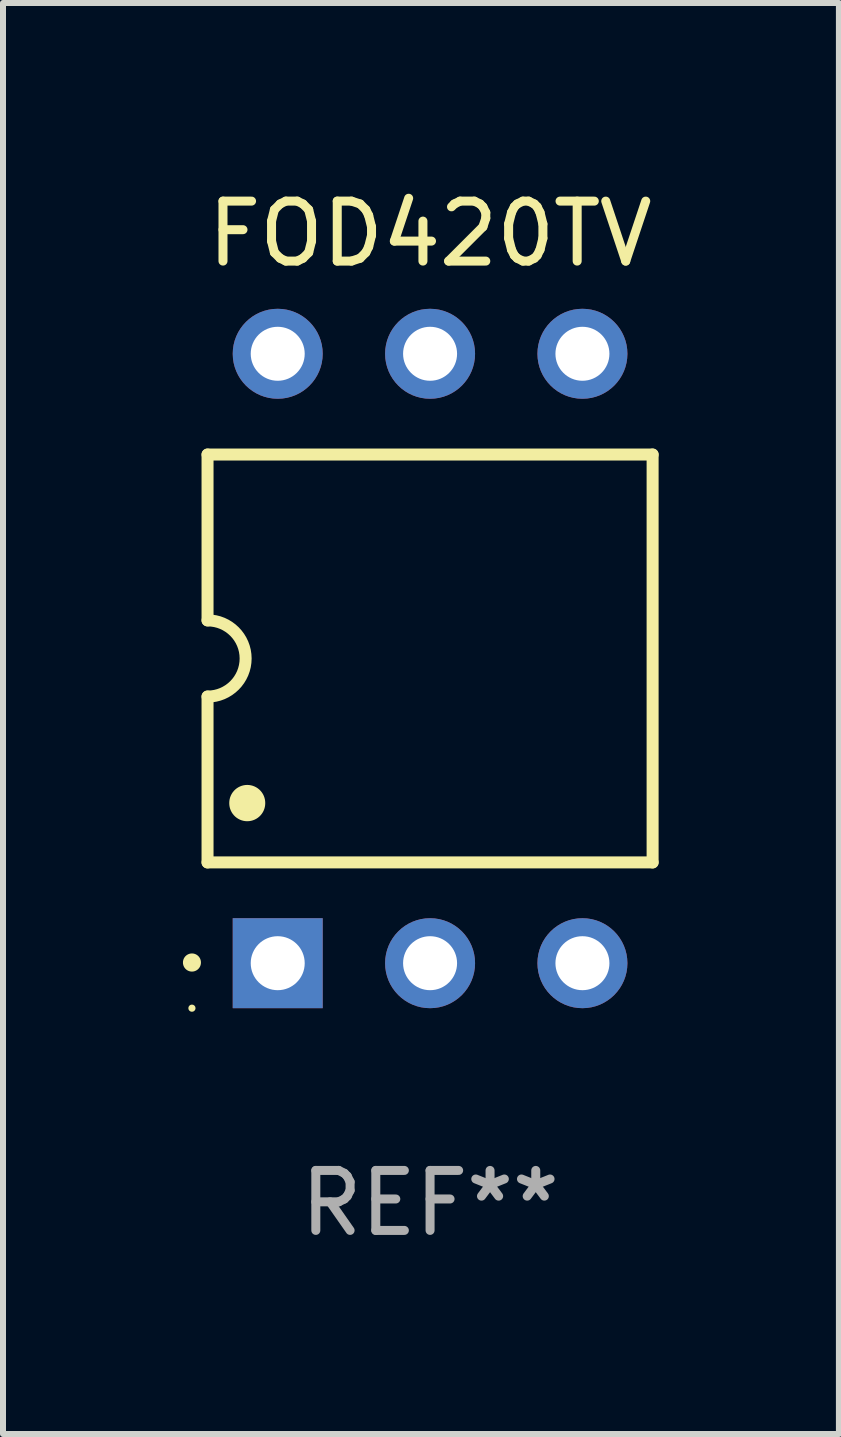
<source format=kicad_pcb>
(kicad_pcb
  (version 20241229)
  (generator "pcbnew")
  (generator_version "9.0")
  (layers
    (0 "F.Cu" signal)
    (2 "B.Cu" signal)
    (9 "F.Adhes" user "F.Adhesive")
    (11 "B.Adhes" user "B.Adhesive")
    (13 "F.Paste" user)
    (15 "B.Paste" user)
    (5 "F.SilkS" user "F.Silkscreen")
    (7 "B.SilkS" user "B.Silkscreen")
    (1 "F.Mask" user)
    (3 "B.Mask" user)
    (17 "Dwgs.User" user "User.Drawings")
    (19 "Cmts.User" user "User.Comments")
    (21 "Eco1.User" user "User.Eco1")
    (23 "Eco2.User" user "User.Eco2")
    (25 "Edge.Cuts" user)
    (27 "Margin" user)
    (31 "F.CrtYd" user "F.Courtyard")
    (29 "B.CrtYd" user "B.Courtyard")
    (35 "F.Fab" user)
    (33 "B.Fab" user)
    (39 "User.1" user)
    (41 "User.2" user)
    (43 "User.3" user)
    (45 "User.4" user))
  (footprint "FOD420TV"
    (layer "F.Cu")
    (at 4.12 7.928)
    (property "Reference" "FOD420TV" (at 0 -7.08 0) (layer "F.SilkS") (effects (font (size 1 1) (thickness 0.15))))
    (attr through_hole)
    (fp_line (start -3.71 -3.4) (end -3.71 -0.635) (stroke (width 0.2) (type solid)) (layer "F.SilkS"))
    (fp_line (start -3.71 -3.4) (end 3.71 -3.4) (stroke (width 0.2) (type solid)) (layer "F.SilkS"))
    (fp_line (start -3.71 0.634) (end -3.71 3.4) (stroke (width 0.2) (type solid)) (layer "F.SilkS"))
    (fp_line (start 3.71 3.4) (end -3.71 3.4) (stroke (width 0.2) (type solid)) (layer "F.SilkS"))
    (fp_line (start 3.71 3.4) (end 3.71 -3.4) (stroke (width 0.2) (type solid)) (layer "F.SilkS"))
    (fp_arc (start -3.970028 5.069901) (mid -3.970033 5.068631) (end -3.970028 5.067361) (stroke (width 0.3) (type solid)) (layer "F.SilkS"))
    (fp_arc (start -3.709982 -0.63495) (mid -3.074981 0.000051) (end -3.709982 0.635052) (stroke (width 0.2) (type solid)) (layer "F.SilkS"))
    (fp_arc (start -3.048006 2.413056) (mid -3.048017 2.410516) (end -3.048006 2.407976) (stroke (width 0.6) (type solid)) (layer "F.SilkS"))
    (fp_circle (center -3.97 5.83) (end -3.94 5.83) (stroke (width 0.06) (type solid)) (fill no) (layer "F.SilkS"))
    (fp_text user "REF**" (at 0 9.08 0) (layer "F.Fab") (effects (font (size 1 1) (thickness 0.15))))
    (pad "1" thru_hole rect (at -2.54 5.08 90) (size 1.5 1.5) (drill 0.9) (layers "*.Cu" "*.Mask"))
    (pad "2" thru_hole circle (at 0.000051 5.08) (size 1.5 1.5) (drill 0.9) (layers "*.Cu" "*.Mask"))
    (pad "3" thru_hole circle (at 2.54 5.08) (size 1.5 1.5) (drill 0.9) (layers "*.Cu" "*.Mask"))
    (pad "4" thru_hole circle (at 2.54 -5.08) (size 1.5 1.5) (drill 0.9) (layers "*.Cu" "*.Mask"))
    (pad "5" thru_hole circle (at 0.000051 -5.08) (size 1.5 1.5) (drill 0.9) (layers "*.Cu" "*.Mask"))
    (pad "6" thru_hole circle (at -2.54 -5.08) (size 1.5 1.5) (drill 0.9) (layers "*.Cu" "*.Mask")))
  (gr_rect
    (start -3 -3)
    (end 10.936 20.857)
    (stroke (width 0.1) (type default))
    (fill no)
    (layer "Edge.Cuts")))
</source>
